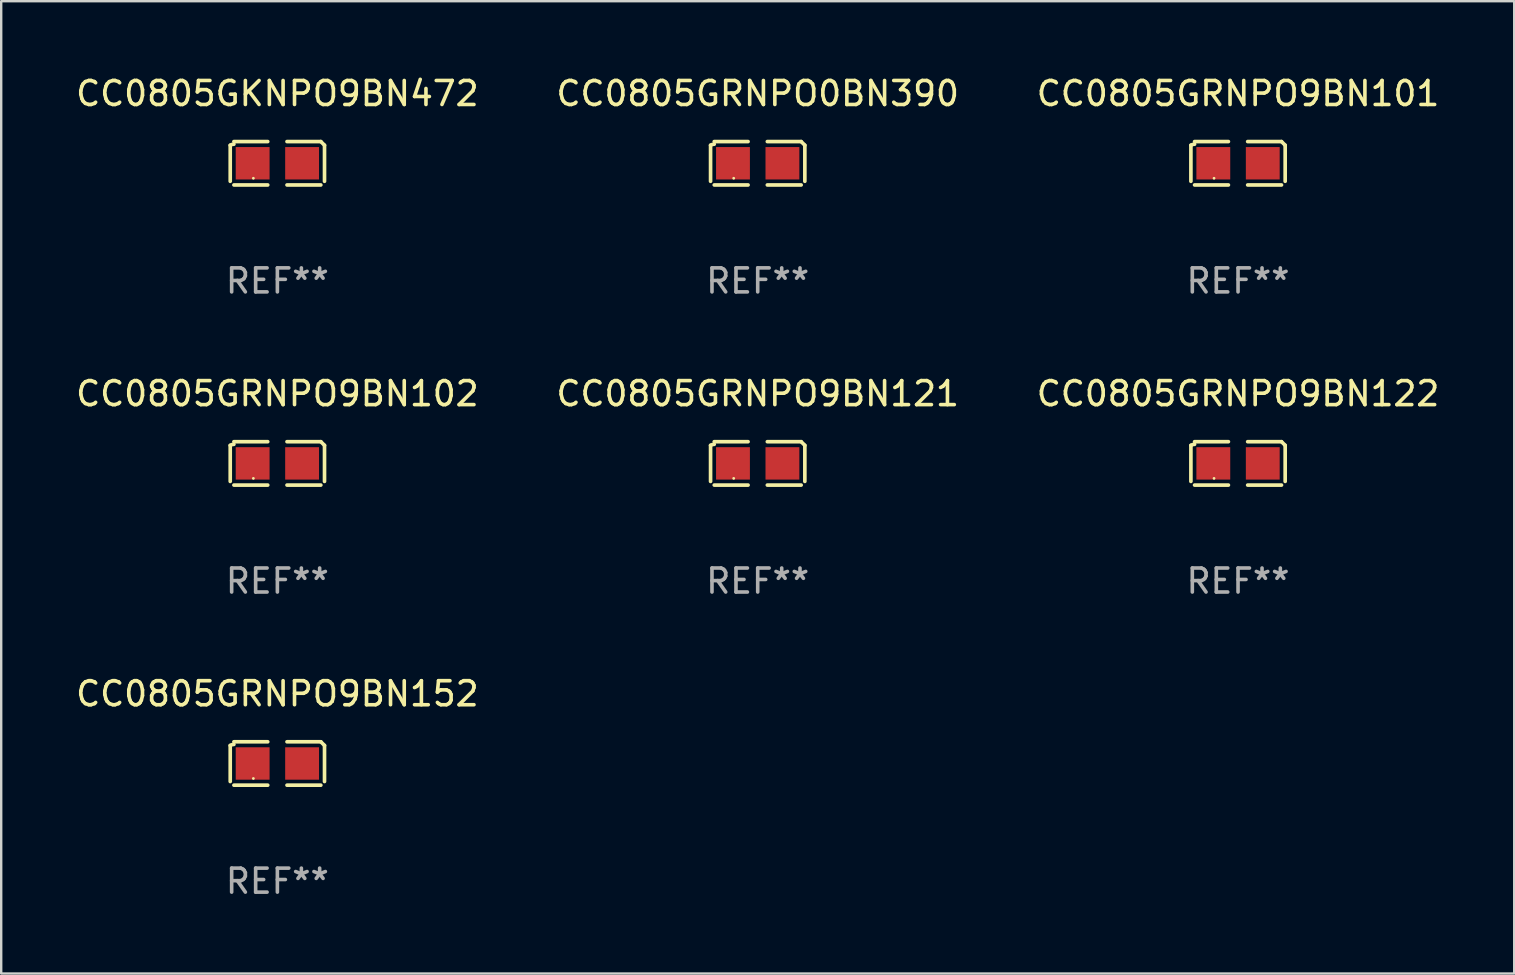
<source format=kicad_pcb>
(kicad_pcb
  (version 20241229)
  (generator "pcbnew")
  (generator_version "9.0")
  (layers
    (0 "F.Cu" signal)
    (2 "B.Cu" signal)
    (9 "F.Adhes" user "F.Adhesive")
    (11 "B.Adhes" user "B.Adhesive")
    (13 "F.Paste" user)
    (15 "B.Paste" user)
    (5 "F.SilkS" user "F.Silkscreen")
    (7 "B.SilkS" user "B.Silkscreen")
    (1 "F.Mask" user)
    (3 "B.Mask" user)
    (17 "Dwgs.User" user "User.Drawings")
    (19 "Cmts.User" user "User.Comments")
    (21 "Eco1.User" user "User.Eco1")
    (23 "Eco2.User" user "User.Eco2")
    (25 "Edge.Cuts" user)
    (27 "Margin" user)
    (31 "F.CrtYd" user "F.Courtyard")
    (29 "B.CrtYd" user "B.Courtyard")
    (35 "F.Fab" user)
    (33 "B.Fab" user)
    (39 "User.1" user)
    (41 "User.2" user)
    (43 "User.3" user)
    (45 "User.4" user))
  (footprint "CC0805GRNPO9BN122"
    (layer "F.Cu")
    (at 48.53 16.256)
    (property "Reference" "CC0805GRNPO9BN122" (at 0 -2.904 0) (layer "F.SilkS") (effects (font (size 1 1) (thickness 0.15))))
    (attr through_hole)
    (fp_line (start -1.964 0.751) (end -1.964 -0.751) (stroke (width 0.152) (type solid)) (layer "F.SilkS"))
    (fp_line (start -1.811 -0.904) (end -0.401 -0.904) (stroke (width 0.152) (type solid)) (layer "F.SilkS"))
    (fp_line (start -0.401 0.904) (end -1.811 0.904) (stroke (width 0.152) (type solid)) (layer "F.SilkS"))
    (fp_line (start 0.401 0.904) (end 1.811 0.904) (stroke (width 0.152) (type solid)) (layer "F.SilkS"))
    (fp_line (start 1.811 -0.904) (end 0.401 -0.904) (stroke (width 0.152) (type solid)) (layer "F.SilkS"))
    (fp_line (start 1.964 0.751) (end 1.964 -0.751) (stroke (width 0.152) (type solid)) (layer "F.SilkS"))
    (fp_arc (start -1.963602 -0.751207) (mid -1.890354 -0.783131) (end -1.811201 -0.794044) (stroke (width 0.1524) (type solid)) (layer "F.SilkS"))
    (fp_arc (start 1.811202 -0.903607) (mid 1.887413 -0.827418) (end 1.963602 -0.751207) (stroke (width 0.1524) (type solid)) (layer "F.SilkS"))
    (fp_circle (center -1 0.625) (end -0.97 0.625) (stroke (width 0.06) (type solid)) (fill no) (layer "F.SilkS"))
    (fp_text user "REF**" (at 0 4.904 0) (layer "F.Fab") (effects (font (size 1 1) (thickness 0.15))))
    (pad "1" smd rect (at -1.03 0) (size 1.41 1.35) (layers "F.Cu" "F.Mask" "F.Paste"))
    (pad "2" smd rect (at 1.03 0) (size 1.41 1.35) (layers "F.Cu" "F.Mask" "F.Paste")))
  (footprint "CC0805GRNPO9BN121"
    (layer "F.Cu")
    (at 28.518 16.256)
    (property "Reference" "CC0805GRNPO9BN121" (at 0 -2.904 0) (layer "F.SilkS") (effects (font (size 1 1) (thickness 0.15))))
    (attr through_hole)
    (fp_line (start -1.964 0.751) (end -1.964 -0.751) (stroke (width 0.152) (type solid)) (layer "F.SilkS"))
    (fp_line (start -1.811 -0.904) (end -0.401 -0.904) (stroke (width 0.152) (type solid)) (layer "F.SilkS"))
    (fp_line (start -0.401 0.904) (end -1.811 0.904) (stroke (width 0.152) (type solid)) (layer "F.SilkS"))
    (fp_line (start 0.401 0.904) (end 1.811 0.904) (stroke (width 0.152) (type solid)) (layer "F.SilkS"))
    (fp_line (start 1.811 -0.904) (end 0.401 -0.904) (stroke (width 0.152) (type solid)) (layer "F.SilkS"))
    (fp_line (start 1.964 0.751) (end 1.964 -0.751) (stroke (width 0.152) (type solid)) (layer "F.SilkS"))
    (fp_arc (start -1.963602 -0.751207) (mid -1.890354 -0.783131) (end -1.811201 -0.794044) (stroke (width 0.1524) (type solid)) (layer "F.SilkS"))
    (fp_arc (start 1.811202 -0.903607) (mid 1.887413 -0.827418) (end 1.963602 -0.751207) (stroke (width 0.1524) (type solid)) (layer "F.SilkS"))
    (fp_circle (center -1 0.625) (end -0.97 0.625) (stroke (width 0.06) (type solid)) (fill no) (layer "F.SilkS"))
    (fp_text user "REF**" (at 0 4.904 0) (layer "F.Fab") (effects (font (size 1 1) (thickness 0.15))))
    (pad "1" smd rect (at -1.03 0) (size 1.41 1.35) (layers "F.Cu" "F.Mask" "F.Paste"))
    (pad "2" smd rect (at 1.03 0) (size 1.41 1.35) (layers "F.Cu" "F.Mask" "F.Paste")))
  (footprint "CC0805GKNPO9BN472"
    (layer "F.Cu")
    (at 8.506 3.752)
    (property "Reference" "CC0805GKNPO9BN472" (at 0 -2.904 0) (layer "F.SilkS") (effects (font (size 1 1) (thickness 0.15))))
    (attr through_hole)
    (fp_line (start -1.964 0.751) (end -1.964 -0.751) (stroke (width 0.152) (type solid)) (layer "F.SilkS"))
    (fp_line (start -1.811 -0.904) (end -0.401 -0.904) (stroke (width 0.152) (type solid)) (layer "F.SilkS"))
    (fp_line (start -0.401 0.904) (end -1.811 0.904) (stroke (width 0.152) (type solid)) (layer "F.SilkS"))
    (fp_line (start 0.401 0.904) (end 1.811 0.904) (stroke (width 0.152) (type solid)) (layer "F.SilkS"))
    (fp_line (start 1.811 -0.904) (end 0.401 -0.904) (stroke (width 0.152) (type solid)) (layer "F.SilkS"))
    (fp_line (start 1.964 0.751) (end 1.964 -0.751) (stroke (width 0.152) (type solid)) (layer "F.SilkS"))
    (fp_arc (start -1.963602 -0.751207) (mid -1.890354 -0.783131) (end -1.811201 -0.794044) (stroke (width 0.1524) (type solid)) (layer "F.SilkS"))
    (fp_arc (start 1.811202 -0.903607) (mid 1.887413 -0.827418) (end 1.963602 -0.751207) (stroke (width 0.1524) (type solid)) (layer "F.SilkS"))
    (fp_circle (center -1 0.625) (end -0.97 0.625) (stroke (width 0.06) (type solid)) (fill no) (layer "F.SilkS"))
    (fp_text user "REF**" (at 0 4.904 0) (layer "F.Fab") (effects (font (size 1 1) (thickness 0.15))))
    (pad "1" smd rect (at -1.03 0) (size 1.41 1.35) (layers "F.Cu" "F.Mask" "F.Paste"))
    (pad "2" smd rect (at 1.03 0) (size 1.41 1.35) (layers "F.Cu" "F.Mask" "F.Paste")))
  (footprint "CC0805GRNPO9BN101"
    (layer "F.Cu")
    (at 48.53 3.752)
    (property "Reference" "CC0805GRNPO9BN101" (at 0 -2.904 0) (layer "F.SilkS") (effects (font (size 1 1) (thickness 0.15))))
    (attr through_hole)
    (fp_line (start -1.964 0.751) (end -1.964 -0.751) (stroke (width 0.152) (type solid)) (layer "F.SilkS"))
    (fp_line (start -1.811 -0.904) (end -0.401 -0.904) (stroke (width 0.152) (type solid)) (layer "F.SilkS"))
    (fp_line (start -0.401 0.904) (end -1.811 0.904) (stroke (width 0.152) (type solid)) (layer "F.SilkS"))
    (fp_line (start 0.401 0.904) (end 1.811 0.904) (stroke (width 0.152) (type solid)) (layer "F.SilkS"))
    (fp_line (start 1.811 -0.904) (end 0.401 -0.904) (stroke (width 0.152) (type solid)) (layer "F.SilkS"))
    (fp_line (start 1.964 0.751) (end 1.964 -0.751) (stroke (width 0.152) (type solid)) (layer "F.SilkS"))
    (fp_arc (start -1.963602 -0.751207) (mid -1.890354 -0.783131) (end -1.811201 -0.794044) (stroke (width 0.1524) (type solid)) (layer "F.SilkS"))
    (fp_arc (start 1.811202 -0.903607) (mid 1.887413 -0.827418) (end 1.963602 -0.751207) (stroke (width 0.1524) (type solid)) (layer "F.SilkS"))
    (fp_circle (center -1 0.625) (end -0.97 0.625) (stroke (width 0.06) (type solid)) (fill no) (layer "F.SilkS"))
    (fp_text user "REF**" (at 0 4.904 0) (layer "F.Fab") (effects (font (size 1 1) (thickness 0.15))))
    (pad "1" smd rect (at -1.03 0) (size 1.41 1.35) (layers "F.Cu" "F.Mask" "F.Paste"))
    (pad "2" smd rect (at 1.03 0) (size 1.41 1.35) (layers "F.Cu" "F.Mask" "F.Paste")))
  (footprint "CC0805GRNPO9BN102"
    (layer "F.Cu")
    (at 8.506 16.256)
    (property "Reference" "CC0805GRNPO9BN102" (at 0 -2.904 0) (layer "F.SilkS") (effects (font (size 1 1) (thickness 0.15))))
    (attr through_hole)
    (fp_line (start -1.964 0.751) (end -1.964 -0.751) (stroke (width 0.152) (type solid)) (layer "F.SilkS"))
    (fp_line (start -1.811 -0.904) (end -0.401 -0.904) (stroke (width 0.152) (type solid)) (layer "F.SilkS"))
    (fp_line (start -0.401 0.904) (end -1.811 0.904) (stroke (width 0.152) (type solid)) (layer "F.SilkS"))
    (fp_line (start 0.401 0.904) (end 1.811 0.904) (stroke (width 0.152) (type solid)) (layer "F.SilkS"))
    (fp_line (start 1.811 -0.904) (end 0.401 -0.904) (stroke (width 0.152) (type solid)) (layer "F.SilkS"))
    (fp_line (start 1.964 0.751) (end 1.964 -0.751) (stroke (width 0.152) (type solid)) (layer "F.SilkS"))
    (fp_arc (start -1.963602 -0.751207) (mid -1.890354 -0.783131) (end -1.811201 -0.794044) (stroke (width 0.1524) (type solid)) (layer "F.SilkS"))
    (fp_arc (start 1.811202 -0.903607) (mid 1.887413 -0.827418) (end 1.963602 -0.751207) (stroke (width 0.1524) (type solid)) (layer "F.SilkS"))
    (fp_circle (center -1 0.625) (end -0.97 0.625) (stroke (width 0.06) (type solid)) (fill no) (layer "F.SilkS"))
    (fp_text user "REF**" (at 0 4.904 0) (layer "F.Fab") (effects (font (size 1 1) (thickness 0.15))))
    (pad "1" smd rect (at -1.03 0) (size 1.41 1.35) (layers "F.Cu" "F.Mask" "F.Paste"))
    (pad "2" smd rect (at 1.03 0) (size 1.41 1.35) (layers "F.Cu" "F.Mask" "F.Paste")))
  (footprint "CC0805GRNPO0BN390"
    (layer "F.Cu")
    (at 28.518 3.752)
    (property "Reference" "CC0805GRNPO0BN390" (at 0 -2.904 0) (layer "F.SilkS") (effects (font (size 1 1) (thickness 0.15))))
    (attr through_hole)
    (fp_line (start -1.964 0.751) (end -1.964 -0.751) (stroke (width 0.152) (type solid)) (layer "F.SilkS"))
    (fp_line (start -1.811 -0.904) (end -0.401 -0.904) (stroke (width 0.152) (type solid)) (layer "F.SilkS"))
    (fp_line (start -0.401 0.904) (end -1.811 0.904) (stroke (width 0.152) (type solid)) (layer "F.SilkS"))
    (fp_line (start 0.401 0.904) (end 1.811 0.904) (stroke (width 0.152) (type solid)) (layer "F.SilkS"))
    (fp_line (start 1.811 -0.904) (end 0.401 -0.904) (stroke (width 0.152) (type solid)) (layer "F.SilkS"))
    (fp_line (start 1.964 0.751) (end 1.964 -0.751) (stroke (width 0.152) (type solid)) (layer "F.SilkS"))
    (fp_arc (start -1.963602 -0.751207) (mid -1.890354 -0.783131) (end -1.811201 -0.794044) (stroke (width 0.1524) (type solid)) (layer "F.SilkS"))
    (fp_arc (start 1.811202 -0.903607) (mid 1.887413 -0.827418) (end 1.963602 -0.751207) (stroke (width 0.1524) (type solid)) (layer "F.SilkS"))
    (fp_circle (center -1 0.625) (end -0.97 0.625) (stroke (width 0.06) (type solid)) (fill no) (layer "F.SilkS"))
    (fp_text user "REF**" (at 0 4.904 0) (layer "F.Fab") (effects (font (size 1 1) (thickness 0.15))))
    (pad "1" smd rect (at -1.03 0) (size 1.41 1.35) (layers "F.Cu" "F.Mask" "F.Paste"))
    (pad "2" smd rect (at 1.03 0) (size 1.41 1.35) (layers "F.Cu" "F.Mask" "F.Paste")))
  (footprint "CC0805GRNPO9BN152"
    (layer "F.Cu")
    (at 8.506 28.759)
    (property "Reference" "CC0805GRNPO9BN152" (at 0 -2.904 0) (layer "F.SilkS") (effects (font (size 1 1) (thickness 0.15))))
    (attr through_hole)
    (fp_line (start -1.964 0.751) (end -1.964 -0.751) (stroke (width 0.152) (type solid)) (layer "F.SilkS"))
    (fp_line (start -1.811 -0.904) (end -0.401 -0.904) (stroke (width 0.152) (type solid)) (layer "F.SilkS"))
    (fp_line (start -0.401 0.904) (end -1.811 0.904) (stroke (width 0.152) (type solid)) (layer "F.SilkS"))
    (fp_line (start 0.401 0.904) (end 1.811 0.904) (stroke (width 0.152) (type solid)) (layer "F.SilkS"))
    (fp_line (start 1.811 -0.904) (end 0.401 -0.904) (stroke (width 0.152) (type solid)) (layer "F.SilkS"))
    (fp_line (start 1.964 0.751) (end 1.964 -0.751) (stroke (width 0.152) (type solid)) (layer "F.SilkS"))
    (fp_arc (start -1.963602 -0.751207) (mid -1.890354 -0.783131) (end -1.811201 -0.794044) (stroke (width 0.1524) (type solid)) (layer "F.SilkS"))
    (fp_arc (start 1.811202 -0.903607) (mid 1.887413 -0.827418) (end 1.963602 -0.751207) (stroke (width 0.1524) (type solid)) (layer "F.SilkS"))
    (fp_circle (center -1 0.625) (end -0.97 0.625) (stroke (width 0.06) (type solid)) (fill no) (layer "F.SilkS"))
    (fp_text user "REF**" (at 0 4.904 0) (layer "F.Fab") (effects (font (size 1 1) (thickness 0.15))))
    (pad "1" smd rect (at -1.03 0) (size 1.41 1.35) (layers "F.Cu" "F.Mask" "F.Paste"))
    (pad "2" smd rect (at 1.03 0) (size 1.41 1.35) (layers "F.Cu" "F.Mask" "F.Paste")))
  (gr_rect
    (start -3 -3)
    (end 60.036 37.511)
    (stroke (width 0.1) (type default))
    (fill no)
    (layer "Edge.Cuts")))
</source>
